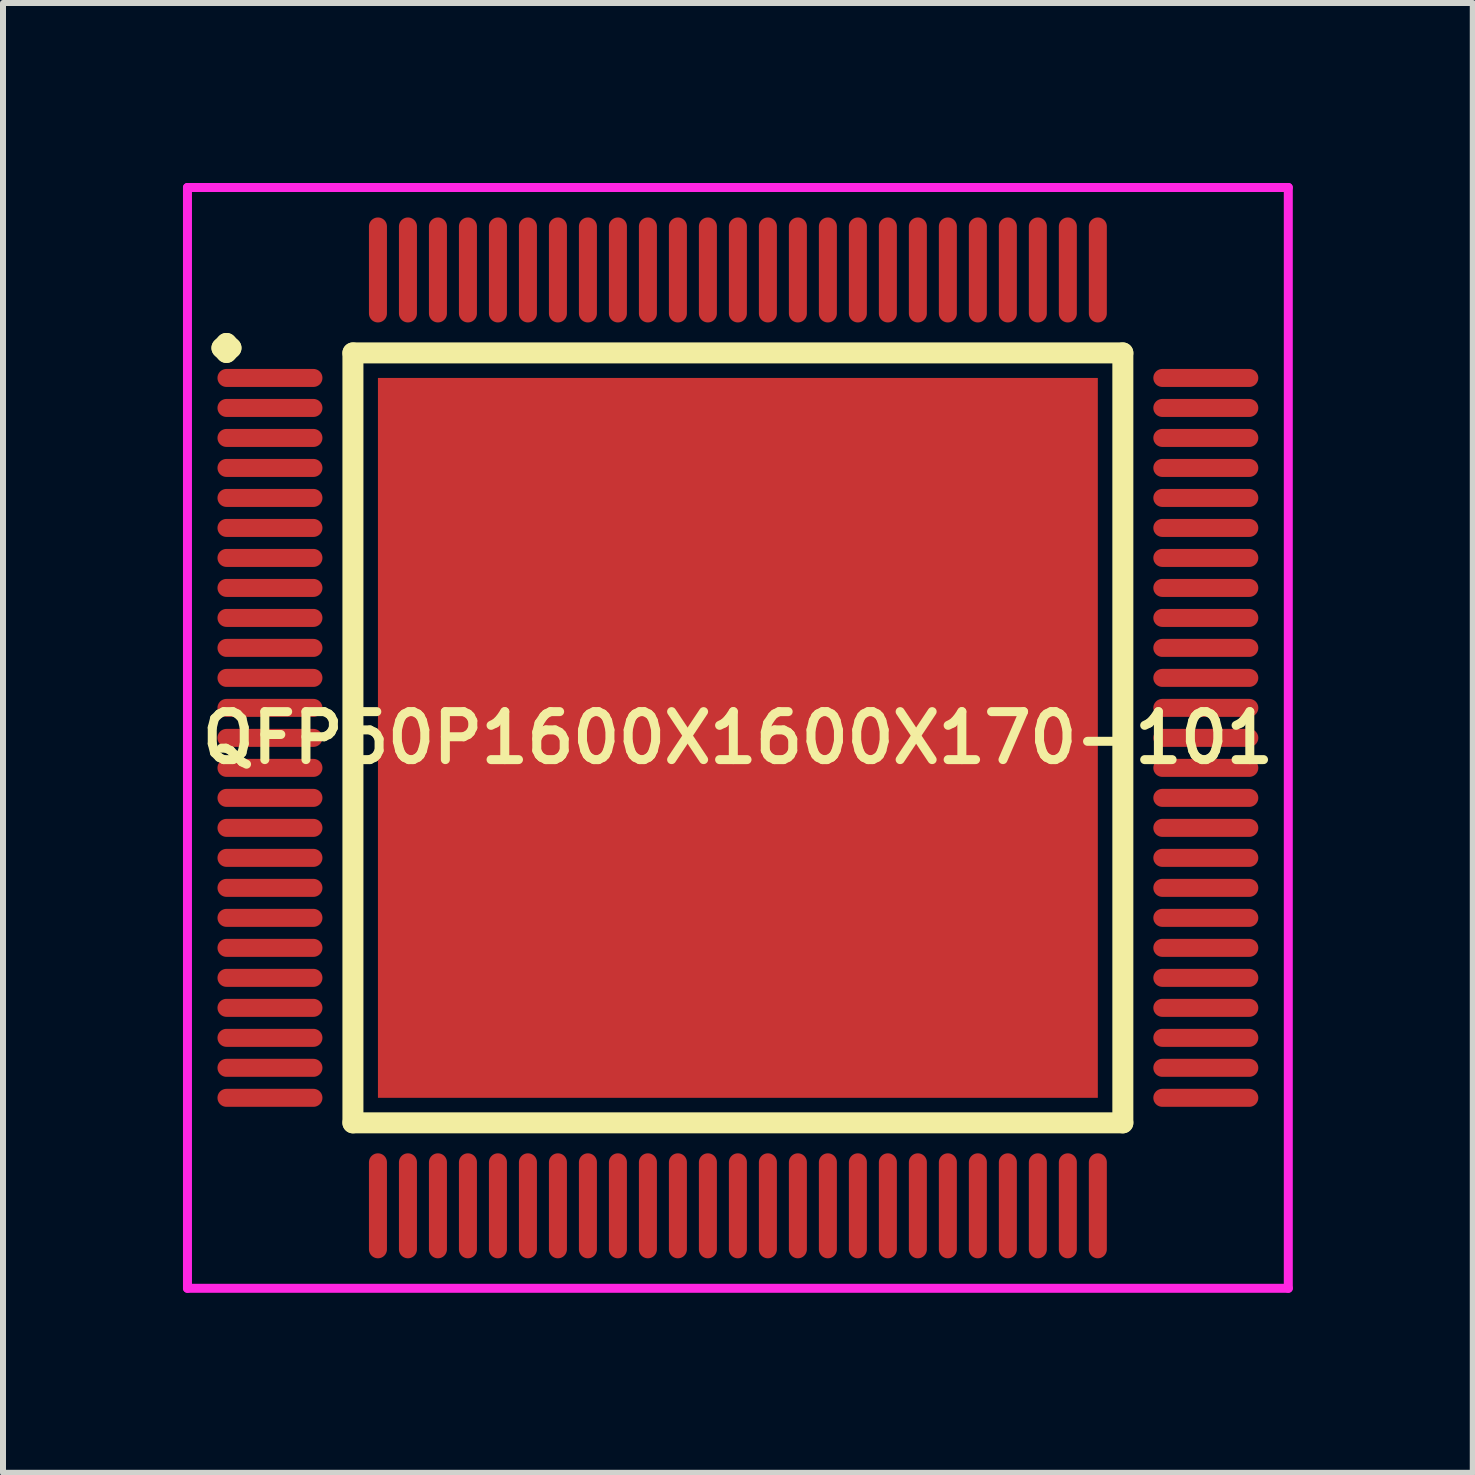
<source format=kicad_pcb>
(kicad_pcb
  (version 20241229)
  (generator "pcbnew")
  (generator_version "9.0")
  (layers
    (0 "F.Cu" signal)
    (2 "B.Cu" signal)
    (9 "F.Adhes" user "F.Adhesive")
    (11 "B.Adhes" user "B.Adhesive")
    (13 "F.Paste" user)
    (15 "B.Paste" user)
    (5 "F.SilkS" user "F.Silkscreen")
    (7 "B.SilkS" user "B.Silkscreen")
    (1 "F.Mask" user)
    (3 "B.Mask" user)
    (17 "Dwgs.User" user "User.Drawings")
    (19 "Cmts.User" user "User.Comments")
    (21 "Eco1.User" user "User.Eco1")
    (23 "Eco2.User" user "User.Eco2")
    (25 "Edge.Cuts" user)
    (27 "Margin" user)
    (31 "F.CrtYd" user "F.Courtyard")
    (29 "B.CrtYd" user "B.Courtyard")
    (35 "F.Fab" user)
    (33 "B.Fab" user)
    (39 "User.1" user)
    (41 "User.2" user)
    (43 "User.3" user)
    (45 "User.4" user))
  (footprint "QFP50P1600X1600X170-101"
    (layer "F.Cu")
    (at 9.25 9.25)
    (property "Reference" "QFP50P1600X1600X170-101" (at 0 0 0) (layer "F.SilkS") (effects (font (size 0.8 0.8) (thickness 0.15))))
    (attr smd)
    (fp_line (start -8.6 -6.5) (end -8.525 -6.575) (stroke (width 0.35) (type solid)) (layer "F.SilkS"))
    (fp_line (start -8.525 -6.575) (end -8.45 -6.5) (stroke (width 0.35) (type solid)) (layer "F.SilkS"))
    (fp_line (start -8.525 -6.425) (end -8.6 -6.5) (stroke (width 0.35) (type solid)) (layer "F.SilkS"))
    (fp_line (start -8.45 -6.5) (end -8.525 -6.425) (stroke (width 0.35) (type solid)) (layer "F.SilkS"))
    (fp_line (start -6.417 -6.417) (end -6.417 6.417) (stroke (width 0.35) (type solid)) (layer "F.SilkS"))
    (fp_line (start -6.417 6.417) (end 6.417 6.417) (stroke (width 0.35) (type solid)) (layer "F.SilkS"))
    (fp_line (start 6.417 -6.417) (end -6.417 -6.417) (stroke (width 0.35) (type solid)) (layer "F.SilkS"))
    (fp_line (start 6.417 6.417) (end 6.417 -6.417) (stroke (width 0.35) (type solid)) (layer "F.SilkS"))
    (fp_line (start -9.175 -9.175) (end 9.175 -9.175) (stroke (width 0.15) (type solid)) (layer "F.CrtYd"))
    (fp_line (start -9.175 9.175) (end -9.175 -9.175) (stroke (width 0.15) (type solid)) (layer "F.CrtYd"))
    (fp_line (start 9.175 -9.175) (end 9.175 9.175) (stroke (width 0.15) (type solid)) (layer "F.CrtYd"))
    (fp_line (start 9.175 9.175) (end -9.175 9.175) (stroke (width 0.15) (type solid)) (layer "F.CrtYd"))
    (pad "1" smd oval (at -7.8 -6) (size 1.75 0.3) (layers "F.Cu" "F.Mask" "F.Paste"))
    (pad "2" smd oval (at -7.8 -5.5) (size 1.75 0.3) (layers "F.Cu" "F.Mask" "F.Paste"))
    (pad "3" smd oval (at -7.8 -5) (size 1.75 0.3) (layers "F.Cu" "F.Mask" "F.Paste"))
    (pad "4" smd oval (at -7.8 -4.5) (size 1.75 0.3) (layers "F.Cu" "F.Mask" "F.Paste"))
    (pad "5" smd oval (at -7.8 -4) (size 1.75 0.3) (layers "F.Cu" "F.Mask" "F.Paste"))
    (pad "6" smd oval (at -7.8 -3.5) (size 1.75 0.3) (layers "F.Cu" "F.Mask" "F.Paste"))
    (pad "7" smd oval (at -7.8 -3) (size 1.75 0.3) (layers "F.Cu" "F.Mask" "F.Paste"))
    (pad "8" smd oval (at -7.8 -2.5) (size 1.75 0.3) (layers "F.Cu" "F.Mask" "F.Paste"))
    (pad "9" smd oval (at -7.8 -2) (size 1.75 0.3) (layers "F.Cu" "F.Mask" "F.Paste"))
    (pad "10" smd oval (at -7.8 -1.5) (size 1.75 0.3) (layers "F.Cu" "F.Mask" "F.Paste"))
    (pad "11" smd oval (at -7.8 -1) (size 1.75 0.3) (layers "F.Cu" "F.Mask" "F.Paste"))
    (pad "12" smd oval (at -7.8 -0.5) (size 1.75 0.3) (layers "F.Cu" "F.Mask" "F.Paste"))
    (pad "13" smd oval (at -7.8 0) (size 1.75 0.3) (layers "F.Cu" "F.Mask" "F.Paste"))
    (pad "14" smd oval (at -7.8 0.5) (size 1.75 0.3) (layers "F.Cu" "F.Mask" "F.Paste"))
    (pad "15" smd oval (at -7.8 1) (size 1.75 0.3) (layers "F.Cu" "F.Mask" "F.Paste"))
    (pad "16" smd oval (at -7.8 1.5) (size 1.75 0.3) (layers "F.Cu" "F.Mask" "F.Paste"))
    (pad "17" smd oval (at -7.8 2) (size 1.75 0.3) (layers "F.Cu" "F.Mask" "F.Paste"))
    (pad "18" smd oval (at -7.8 2.5) (size 1.75 0.3) (layers "F.Cu" "F.Mask" "F.Paste"))
    (pad "19" smd oval (at -7.8 3) (size 1.75 0.3) (layers "F.Cu" "F.Mask" "F.Paste"))
    (pad "20" smd oval (at -7.8 3.5) (size 1.75 0.3) (layers "F.Cu" "F.Mask" "F.Paste"))
    (pad "21" smd oval (at -7.8 4) (size 1.75 0.3) (layers "F.Cu" "F.Mask" "F.Paste"))
    (pad "22" smd oval (at -7.8 4.5) (size 1.75 0.3) (layers "F.Cu" "F.Mask" "F.Paste"))
    (pad "23" smd oval (at -7.8 5) (size 1.75 0.3) (layers "F.Cu" "F.Mask" "F.Paste"))
    (pad "24" smd oval (at -7.8 5.5) (size 1.75 0.3) (layers "F.Cu" "F.Mask" "F.Paste"))
    (pad "25" smd oval (at -7.8 6) (size 1.75 0.3) (layers "F.Cu" "F.Mask" "F.Paste"))
    (pad "26" smd oval (at -6 7.8) (size 0.3 1.75) (layers "F.Cu" "F.Mask" "F.Paste"))
    (pad "27" smd oval (at -5.5 7.8) (size 0.3 1.75) (layers "F.Cu" "F.Mask" "F.Paste"))
    (pad "28" smd oval (at -5 7.8) (size 0.3 1.75) (layers "F.Cu" "F.Mask" "F.Paste"))
    (pad "29" smd oval (at -4.5 7.8) (size 0.3 1.75) (layers "F.Cu" "F.Mask" "F.Paste"))
    (pad "30" smd oval (at -4 7.8) (size 0.3 1.75) (layers "F.Cu" "F.Mask" "F.Paste"))
    (pad "31" smd oval (at -3.5 7.8) (size 0.3 1.75) (layers "F.Cu" "F.Mask" "F.Paste"))
    (pad "32" smd oval (at -3 7.8) (size 0.3 1.75) (layers "F.Cu" "F.Mask" "F.Paste"))
    (pad "33" smd oval (at -2.5 7.8) (size 0.3 1.75) (layers "F.Cu" "F.Mask" "F.Paste"))
    (pad "34" smd oval (at -2 7.8) (size 0.3 1.75) (layers "F.Cu" "F.Mask" "F.Paste"))
    (pad "35" smd oval (at -1.5 7.8) (size 0.3 1.75) (layers "F.Cu" "F.Mask" "F.Paste"))
    (pad "36" smd oval (at -1 7.8) (size 0.3 1.75) (layers "F.Cu" "F.Mask" "F.Paste"))
    (pad "37" smd oval (at -0.5 7.8) (size 0.3 1.75) (layers "F.Cu" "F.Mask" "F.Paste"))
    (pad "38" smd oval (at 0 7.8) (size 0.3 1.75) (layers "F.Cu" "F.Mask" "F.Paste"))
    (pad "39" smd oval (at 0.5 7.8) (size 0.3 1.75) (layers "F.Cu" "F.Mask" "F.Paste"))
    (pad "40" smd oval (at 1 7.8) (size 0.3 1.75) (layers "F.Cu" "F.Mask" "F.Paste"))
    (pad "41" smd oval (at 1.5 7.8) (size 0.3 1.75) (layers "F.Cu" "F.Mask" "F.Paste"))
    (pad "42" smd oval (at 2 7.8) (size 0.3 1.75) (layers "F.Cu" "F.Mask" "F.Paste"))
    (pad "43" smd oval (at 2.5 7.8) (size 0.3 1.75) (layers "F.Cu" "F.Mask" "F.Paste"))
    (pad "44" smd oval (at 3 7.8) (size 0.3 1.75) (layers "F.Cu" "F.Mask" "F.Paste"))
    (pad "45" smd oval (at 3.5 7.8) (size 0.3 1.75) (layers "F.Cu" "F.Mask" "F.Paste"))
    (pad "46" smd oval (at 4 7.8) (size 0.3 1.75) (layers "F.Cu" "F.Mask" "F.Paste"))
    (pad "47" smd oval (at 4.5 7.8) (size 0.3 1.75) (layers "F.Cu" "F.Mask" "F.Paste"))
    (pad "48" smd oval (at 5 7.8) (size 0.3 1.75) (layers "F.Cu" "F.Mask" "F.Paste"))
    (pad "49" smd oval (at 5.5 7.8) (size 0.3 1.75) (layers "F.Cu" "F.Mask" "F.Paste"))
    (pad "50" smd oval (at 6 7.8) (size 0.3 1.75) (layers "F.Cu" "F.Mask" "F.Paste"))
    (pad "51" smd oval (at 7.8 6) (size 1.75 0.3) (layers "F.Cu" "F.Mask" "F.Paste"))
    (pad "52" smd oval (at 7.8 5.5) (size 1.75 0.3) (layers "F.Cu" "F.Mask" "F.Paste"))
    (pad "53" smd oval (at 7.8 5) (size 1.75 0.3) (layers "F.Cu" "F.Mask" "F.Paste"))
    (pad "54" smd oval (at 7.8 4.5) (size 1.75 0.3) (layers "F.Cu" "F.Mask" "F.Paste"))
    (pad "55" smd oval (at 7.8 4) (size 1.75 0.3) (layers "F.Cu" "F.Mask" "F.Paste"))
    (pad "56" smd oval (at 7.8 3.5) (size 1.75 0.3) (layers "F.Cu" "F.Mask" "F.Paste"))
    (pad "57" smd oval (at 7.8 3) (size 1.75 0.3) (layers "F.Cu" "F.Mask" "F.Paste"))
    (pad "58" smd oval (at 7.8 2.5) (size 1.75 0.3) (layers "F.Cu" "F.Mask" "F.Paste"))
    (pad "59" smd oval (at 7.8 2) (size 1.75 0.3) (layers "F.Cu" "F.Mask" "F.Paste"))
    (pad "60" smd oval (at 7.8 1.5) (size 1.75 0.3) (layers "F.Cu" "F.Mask" "F.Paste"))
    (pad "61" smd oval (at 7.8 1) (size 1.75 0.3) (layers "F.Cu" "F.Mask" "F.Paste"))
    (pad "62" smd oval (at 7.8 0.5) (size 1.75 0.3) (layers "F.Cu" "F.Mask" "F.Paste"))
    (pad "63" smd oval (at 7.8 0) (size 1.75 0.3) (layers "F.Cu" "F.Mask" "F.Paste"))
    (pad "64" smd oval (at 7.8 -0.5) (size 1.75 0.3) (layers "F.Cu" "F.Mask" "F.Paste"))
    (pad "65" smd oval (at 7.8 -1) (size 1.75 0.3) (layers "F.Cu" "F.Mask" "F.Paste"))
    (pad "66" smd oval (at 7.8 -1.5) (size 1.75 0.3) (layers "F.Cu" "F.Mask" "F.Paste"))
    (pad "67" smd oval (at 7.8 -2) (size 1.75 0.3) (layers "F.Cu" "F.Mask" "F.Paste"))
    (pad "68" smd oval (at 7.8 -2.5) (size 1.75 0.3) (layers "F.Cu" "F.Mask" "F.Paste"))
    (pad "69" smd oval (at 7.8 -3) (size 1.75 0.3) (layers "F.Cu" "F.Mask" "F.Paste"))
    (pad "70" smd oval (at 7.8 -3.5) (size 1.75 0.3) (layers "F.Cu" "F.Mask" "F.Paste"))
    (pad "71" smd oval (at 7.8 -4) (size 1.75 0.3) (layers "F.Cu" "F.Mask" "F.Paste"))
    (pad "72" smd oval (at 7.8 -4.5) (size 1.75 0.3) (layers "F.Cu" "F.Mask" "F.Paste"))
    (pad "73" smd oval (at 7.8 -5) (size 1.75 0.3) (layers "F.Cu" "F.Mask" "F.Paste"))
    (pad "74" smd oval (at 7.8 -5.5) (size 1.75 0.3) (layers "F.Cu" "F.Mask" "F.Paste"))
    (pad "75" smd oval (at 7.8 -6) (size 1.75 0.3) (layers "F.Cu" "F.Mask" "F.Paste"))
    (pad "76" smd oval (at 6 -7.8) (size 0.3 1.75) (layers "F.Cu" "F.Mask" "F.Paste"))
    (pad "77" smd oval (at 5.5 -7.8) (size 0.3 1.75) (layers "F.Cu" "F.Mask" "F.Paste"))
    (pad "78" smd oval (at 5 -7.8) (size 0.3 1.75) (layers "F.Cu" "F.Mask" "F.Paste"))
    (pad "79" smd oval (at 4.5 -7.8) (size 0.3 1.75) (layers "F.Cu" "F.Mask" "F.Paste"))
    (pad "80" smd oval (at 4 -7.8) (size 0.3 1.75) (layers "F.Cu" "F.Mask" "F.Paste"))
    (pad "81" smd oval (at 3.5 -7.8) (size 0.3 1.75) (layers "F.Cu" "F.Mask" "F.Paste"))
    (pad "82" smd oval (at 3 -7.8) (size 0.3 1.75) (layers "F.Cu" "F.Mask" "F.Paste"))
    (pad "83" smd oval (at 2.5 -7.8) (size 0.3 1.75) (layers "F.Cu" "F.Mask" "F.Paste"))
    (pad "84" smd oval (at 2 -7.8) (size 0.3 1.75) (layers "F.Cu" "F.Mask" "F.Paste"))
    (pad "85" smd oval (at 1.5 -7.8) (size 0.3 1.75) (layers "F.Cu" "F.Mask" "F.Paste"))
    (pad "86" smd oval (at 1 -7.8) (size 0.3 1.75) (layers "F.Cu" "F.Mask" "F.Paste"))
    (pad "87" smd oval (at 0.5 -7.8) (size 0.3 1.75) (layers "F.Cu" "F.Mask" "F.Paste"))
    (pad "88" smd oval (at 0 -7.8) (size 0.3 1.75) (layers "F.Cu" "F.Mask" "F.Paste"))
    (pad "89" smd oval (at -0.5 -7.8) (size 0.3 1.75) (layers "F.Cu" "F.Mask" "F.Paste"))
    (pad "90" smd oval (at -1 -7.8) (size 0.3 1.75) (layers "F.Cu" "F.Mask" "F.Paste"))
    (pad "91" smd oval (at -1.5 -7.8) (size 0.3 1.75) (layers "F.Cu" "F.Mask" "F.Paste"))
    (pad "92" smd oval (at -2 -7.8) (size 0.3 1.75) (layers "F.Cu" "F.Mask" "F.Paste"))
    (pad "93" smd oval (at -2.5 -7.8) (size 0.3 1.75) (layers "F.Cu" "F.Mask" "F.Paste"))
    (pad "94" smd oval (at -3 -7.8) (size 0.3 1.75) (layers "F.Cu" "F.Mask" "F.Paste"))
    (pad "95" smd oval (at -3.5 -7.8) (size 0.3 1.75) (layers "F.Cu" "F.Mask" "F.Paste"))
    (pad "96" smd oval (at -4 -7.8) (size 0.3 1.75) (layers "F.Cu" "F.Mask" "F.Paste"))
    (pad "97" smd oval (at -4.5 -7.8) (size 0.3 1.75) (layers "F.Cu" "F.Mask" "F.Paste"))
    (pad "98" smd oval (at -5 -7.8) (size 0.3 1.75) (layers "F.Cu" "F.Mask" "F.Paste"))
    (pad "99" smd oval (at -5.5 -7.8) (size 0.3 1.75) (layers "F.Cu" "F.Mask" "F.Paste"))
    (pad "100" smd oval (at -6 -7.8) (size 0.3 1.75) (layers "F.Cu" "F.Mask" "F.Paste"))
    (pad "101" smd rect (at 0 0) (size 12 12) (layers "F.Cu" "F.Mask" "F.Paste")))
  (gr_rect
    (start -3 -3)
    (end 21.5 21.5)
    (stroke (width 0.1) (type default))
    (fill no)
    (layer "Edge.Cuts")))
</source>
